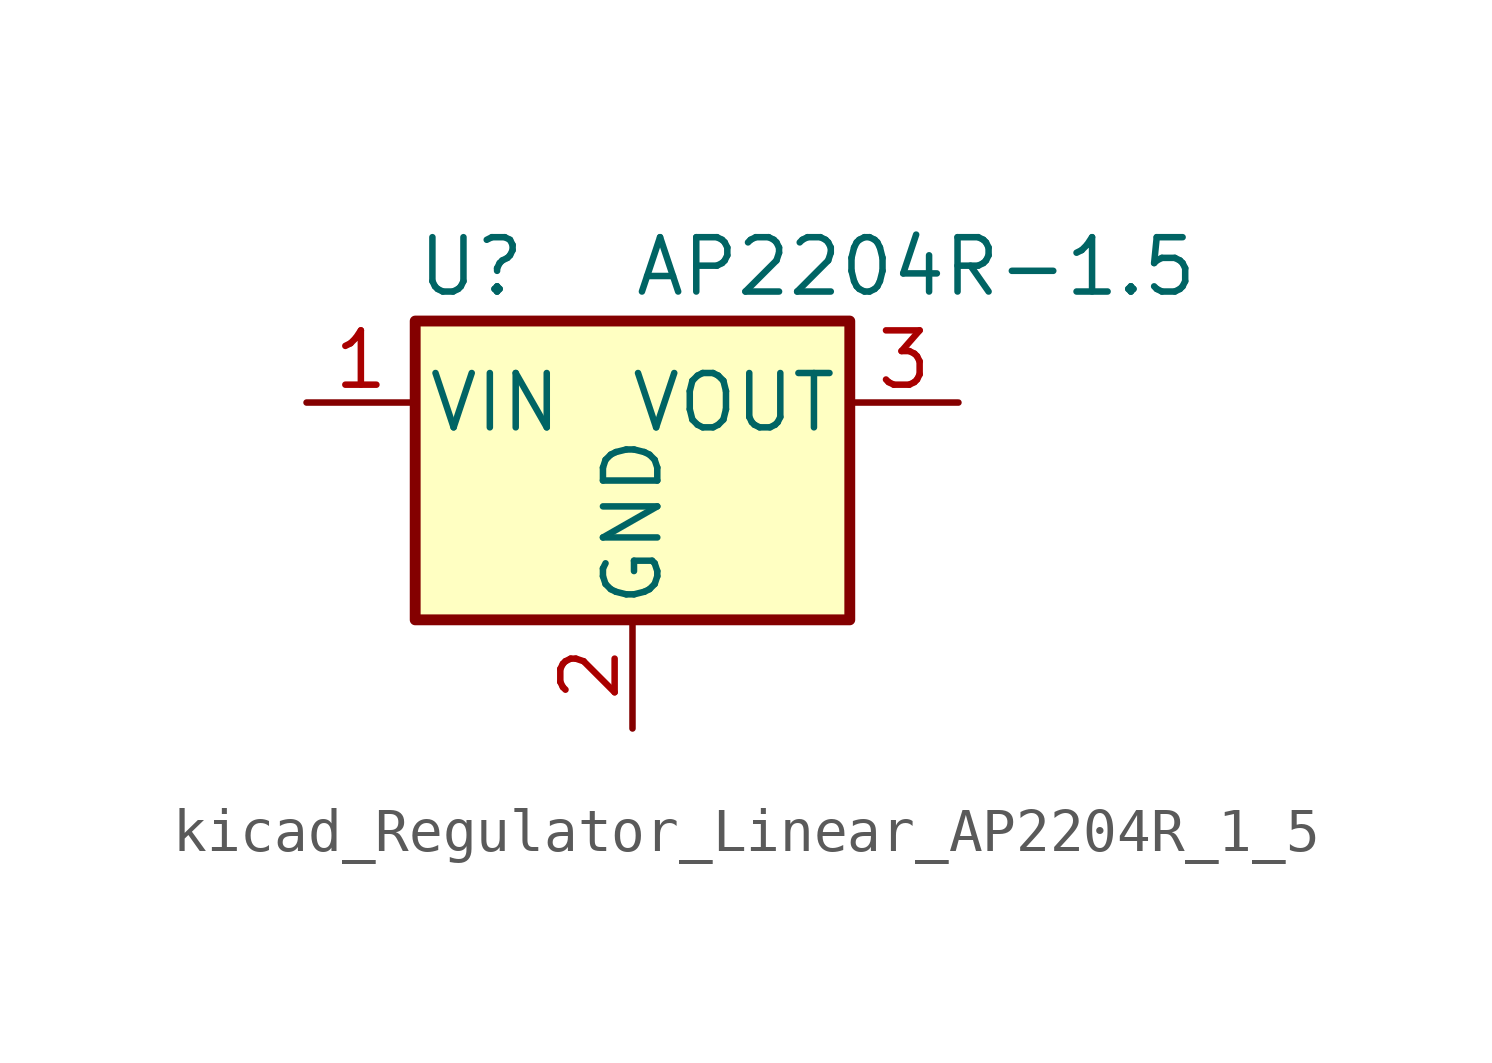
<source format=kicad_sym>
(kicad_symbol_lib
  (version 20220914)
  (generator kicad_symbol_editor)
  (symbol "kicad_Regulator_Linear_AP2204R_1_5"
    (pin_names
      (offset 0.254))
    (property "Reference" "U"
      (at -5.08 3.175 0)
      (effects (font (size 1.27 1.27)) (justify left)))
    (property "Value" "AP2204R-1.5"
      (at 0 3.175 0)
      (effects (font (size 1.27 1.27)) (justify left)))
    (symbol "kicad_Regulator_Linear_AP2204R_1_5_0_1"
      (rectangle (start -5.08 1.905) (end 5.08 -5.08) (stroke (width 0.254) (type default)) (fill (type background))))
    (symbol "kicad_Regulator_Linear_AP2204R_1_5_1_1"
      (pin power_in line (at -7.62 0 0) (length 2.54) (name "VIN" (effects (font (size 1.27 1.27)))) (number "1" (effects (font (size 1.27 1.27)))))
      (pin power_in line (at 0 -7.62 90) (length 2.54) (name "GND" (effects (font (size 1.27 1.27)))) (number "2" (effects (font (size 1.27 1.27)))))
      (pin power_out line (at 7.62 0 180) (length 2.54) (name "VOUT" (effects (font (size 1.27 1.27)))) (number "3" (effects (font (size 1.27 1.27))))))))
</source>
